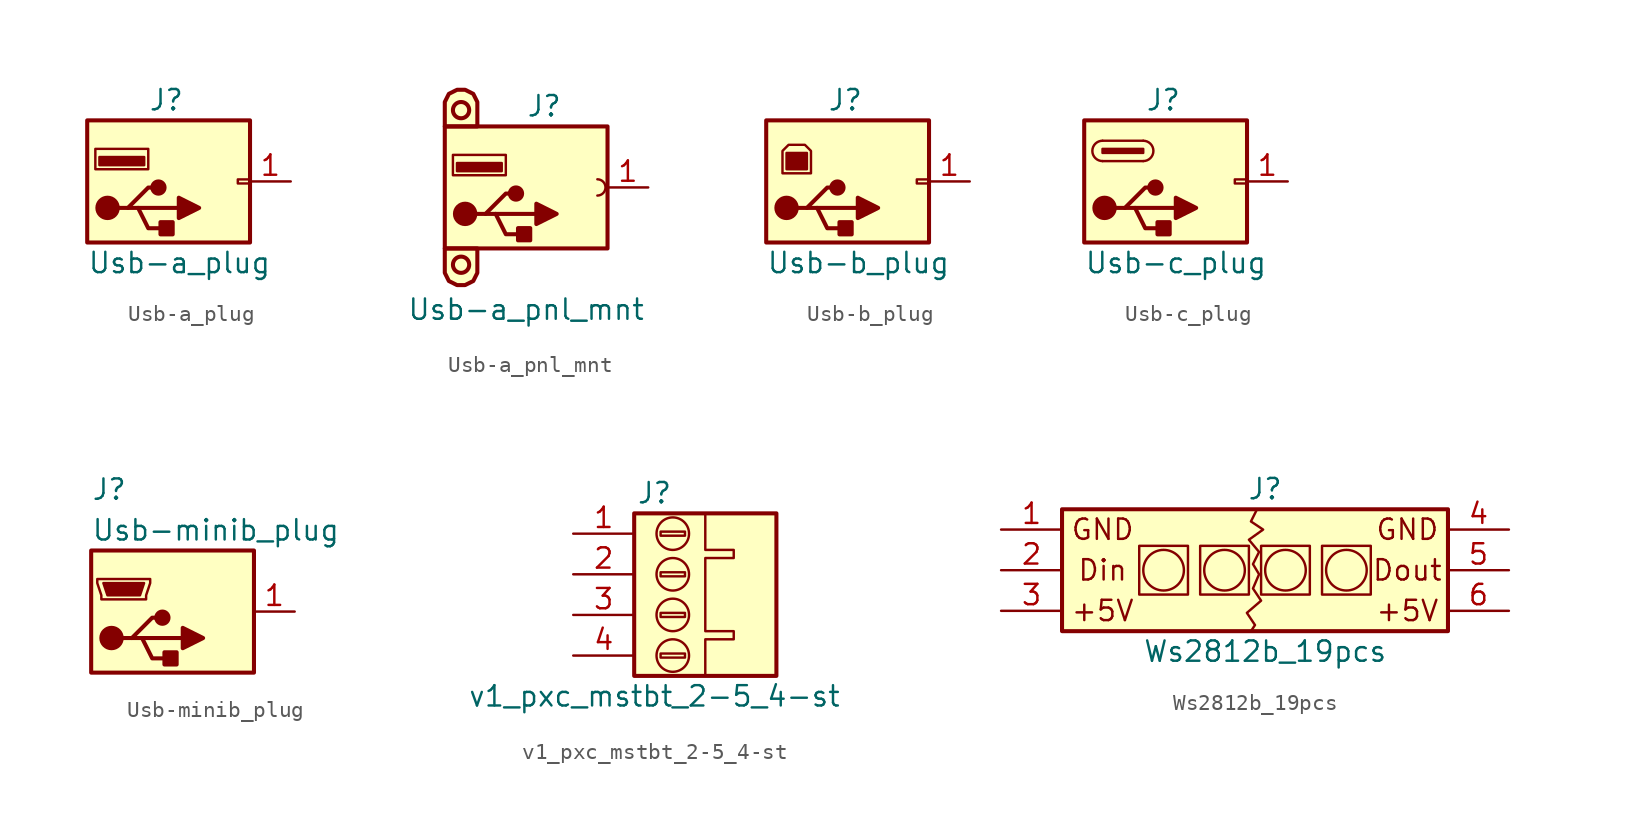
<source format=kicad_sym>
(kicad_symbol_lib
  (version 20211014)
  (generator kicad_symbol_editor)
  (symbol "Usb-a_plug"
    (pin_names
      (offset 1.016) hide)
    (property "Reference" "J"
      (at -6.35 5.08 0)
      (effects (font (size 1.27 1.27)) (justify left)))
    (property "Value" "Usb-a_plug"
      (at -10.16 -5.08 0)
      (effects (font (size 1.27 1.27)) (justify left)))
    (symbol "Usb-a_plug_0_1"
      (rectangle (start -10.16 -3.81) (end 0 3.81) (stroke (width 0.254) (type default) (color 0 0 0 0)) (fill (type background)))
      (circle (center -8.89 -1.651) (radius 0.635) (stroke (width 0.254) (type default) (color 0 0 0 0)) (fill (type outline)))
      (rectangle (start -6.604 1.016) (end -9.398 1.524) (stroke (width 0) (type default) (color 0 0 0 0)) (fill (type outline)))
      (rectangle (start -6.35 0.762) (end -9.652 2.032) (stroke (width 0) (type default) (color 0 0 0 0)) (fill (type none)))
      (circle (center -5.715 -0.381) (radius 0.381) (stroke (width 0.254) (type default) (color 0 0 0 0)) (fill (type outline)))
      (rectangle (start -4.826 -2.54) (end -5.588 -3.302) (stroke (width 0.254) (type default) (color 0 0 0 0)) (fill (type outline)))
      (rectangle (start 0 -0.127) (end -0.762 0.127) (stroke (width 0) (type default) (color 0 0 0 0)) (fill (type none)))
      (polyline (pts (xy -8.255 -1.651) (xy -7.62 -1.651) (xy -6.35 -0.381) (xy -5.715 -0.381)) (stroke (width 0.254) (type default) (color 0 0 0 0)) (fill (type none)))
      (polyline (pts (xy -7.62 -1.651) (xy -6.985 -1.651) (xy -6.35 -2.921) (xy -5.08 -2.921)) (stroke (width 0.254) (type default) (color 0 0 0 0)) (fill (type none)))
      (polyline (pts (xy -4.445 -1.016) (xy -4.445 -2.286) (xy -3.175 -1.651) (xy -4.445 -1.016)) (stroke (width 0.254) (type default) (color 0 0 0 0)) (fill (type outline))))
    (symbol "Usb-a_plug_1_1"
      (polyline (pts (xy -6.985 -1.651) (xy -4.445 -1.651)) (stroke (width 0.254) (type default) (color 0 0 0 0)) (fill (type none)))
      (pin passive line (at 2.54 0 180) (length 2.54) (name "Pin_1" (effects (font (size 1.27 1.27)))) (number "1" (effects (font (size 1.27 1.27)))))))
  (symbol "Usb-a_pnl_mnt"
    (pin_names
      (offset 1.016) hide)
    (property "Reference" "J"
      (at -5.08 5.08 0)
      (effects (font (size 1.27 1.27)) (justify left)))
    (property "Value" "Usb-a_pnl_mnt"
      (at -5.08 -7.62 0)
      (effects (font (size 1.27 1.27))))
    (symbol "Usb-a_pnl_mnt_0_1"
      (rectangle (start -10.16 -3.81) (end 0 3.81) (stroke (width 0.254) (type default) (color 0 0 0 0)) (fill (type background)))
      (circle (center -9.144 4.826) (radius 0.508) (stroke (width 0.254) (type default) (color 0 0 0 0)) (fill (type none)))
      (circle (center -8.89 -1.651) (radius 0.635) (stroke (width 0.254) (type default) (color 0 0 0 0)) (fill (type outline)))
      (rectangle (start -6.604 1.016) (end -9.398 1.524) (stroke (width 0) (type default) (color 0 0 0 0)) (fill (type outline)))
      (rectangle (start -6.35 0.762) (end -9.652 2.032) (stroke (width 0) (type default) (color 0 0 0 0)) (fill (type none)))
      (circle (center -5.715 -0.381) (radius 0.381) (stroke (width 0.254) (type default) (color 0 0 0 0)) (fill (type outline)))
      (rectangle (start -4.826 -2.54) (end -5.588 -3.302) (stroke (width 0.254) (type default) (color 0 0 0 0)) (fill (type outline)))
      (polyline (pts (xy -8.255 -1.651) (xy -7.62 -1.651) (xy -6.35 -0.381) (xy -5.715 -0.381)) (stroke (width 0.254) (type default) (color 0 0 0 0)) (fill (type none)))
      (polyline (pts (xy -7.62 -1.651) (xy -6.985 -1.651) (xy -6.35 -2.921) (xy -5.08 -2.921)) (stroke (width 0.254) (type default) (color 0 0 0 0)) (fill (type none)))
      (polyline (pts (xy -4.445 -1.016) (xy -4.445 -2.286) (xy -3.175 -1.651) (xy -4.445 -1.016)) (stroke (width 0.254) (type default) (color 0 0 0 0)) (fill (type outline)))
      (polyline (pts (xy -8.128 3.81) (xy -8.128 5.334) (xy -8.382 5.842) (xy -8.89 6.096) (xy -9.398 6.096) (xy -9.906 5.842) (xy -10.16 5.334) (xy -10.16 3.81) (xy -8.128 3.81)) (stroke (width 0.254) (type default) (color 0 0 0 0)) (fill (type background))))
    (symbol "Usb-a_pnl_mnt_1_1"
      (circle (center -9.144 -4.826) (radius 0.508) (stroke (width 0.254) (type default) (color 0 0 0 0)) (fill (type none)))
      (arc (start -0.635 -0.508) (mid -0.127 0) (end -0.635 0.508) (stroke (width 0) (type default) (color 0 0 0 0)) (fill (type none)))
      (polyline (pts (xy -6.985 -1.651) (xy -4.445 -1.651)) (stroke (width 0.254) (type default) (color 0 0 0 0)) (fill (type none)))
      (polyline (pts (xy -10.16 -3.81) (xy -10.16 -5.334) (xy -9.906 -5.842) (xy -9.398 -6.096) (xy -8.89 -6.096) (xy -8.382 -5.842) (xy -8.128 -5.334) (xy -8.128 -3.81) (xy -10.16 -3.81)) (stroke (width 0.254) (type default) (color 0 0 0 0)) (fill (type background)))
      (pin passive line (at 2.54 0 180) (length 2.54) (name "Pin_1" (effects (font (size 1.27 1.27)))) (number "1" (effects (font (size 1.27 1.27)))))))
  (symbol "Usb-b_plug"
    (pin_names
      (offset 1.016) hide)
    (property "Reference" "J"
      (at -6.35 5.08 0)
      (effects (font (size 1.27 1.27)) (justify left)))
    (property "Value" "Usb-b_plug"
      (at -10.16 -5.08 0)
      (effects (font (size 1.27 1.27)) (justify left)))
    (symbol "Usb-b_plug_0_1"
      (rectangle (start -10.16 -3.81) (end 0 3.81) (stroke (width 0.254) (type default) (color 0 0 0 0)) (fill (type background)))
      (circle (center -8.89 -1.651) (radius 0.635) (stroke (width 0.254) (type default) (color 0 0 0 0)) (fill (type outline)))
      (rectangle (start -8.89 1.778) (end -7.62 0.762) (stroke (width 0) (type default) (color 0 0 0 0)) (fill (type outline)))
      (circle (center -5.715 -0.381) (radius 0.381) (stroke (width 0.254) (type default) (color 0 0 0 0)) (fill (type outline)))
      (rectangle (start -4.826 -2.54) (end -5.588 -3.302) (stroke (width 0.254) (type default) (color 0 0 0 0)) (fill (type outline)))
      (rectangle (start 0 -0.127) (end -0.762 0.127) (stroke (width 0) (type default) (color 0 0 0 0)) (fill (type none)))
      (polyline (pts (xy -6.985 -1.651) (xy -4.445 -1.651)) (stroke (width 0.254) (type default) (color 0 0 0 0)) (fill (type none)))
      (polyline (pts (xy -8.255 -1.651) (xy -7.62 -1.651) (xy -6.35 -0.381) (xy -5.715 -0.381)) (stroke (width 0.254) (type default) (color 0 0 0 0)) (fill (type none)))
      (polyline (pts (xy -7.62 -1.651) (xy -6.985 -1.651) (xy -6.35 -2.921) (xy -5.08 -2.921)) (stroke (width 0.254) (type default) (color 0 0 0 0)) (fill (type none)))
      (polyline (pts (xy -4.445 -1.016) (xy -4.445 -2.286) (xy -3.175 -1.651) (xy -4.445 -1.016)) (stroke (width 0.254) (type default) (color 0 0 0 0)) (fill (type outline)))
      (polyline (pts (xy -9.144 0.508) (xy -7.366 0.508) (xy -7.366 1.905) (xy -7.747 2.286) (xy -8.763 2.286) (xy -9.144 1.905) (xy -9.144 0.508)) (stroke (width 0) (type default) (color 0 0 0 0)) (fill (type none))))
    (symbol "Usb-b_plug_1_1"
      (pin passive line (at 2.54 0 180) (length 2.54) (name "Pin_1" (effects (font (size 1.27 1.27)))) (number "1" (effects (font (size 1.27 1.27)))))))
  (symbol "Usb-c_plug"
    (pin_names
      (offset 1.016) hide)
    (property "Reference" "J"
      (at -6.35 5.08 0)
      (effects (font (size 1.27 1.27)) (justify left)))
    (property "Value" "Usb-c_plug"
      (at -10.16 -5.08 0)
      (effects (font (size 1.27 1.27)) (justify left)))
    (symbol "Usb-c_plug_0_1"
      (rectangle (start -10.16 -3.81) (end 0 3.81) (stroke (width 0.254) (type default) (color 0 0 0 0)) (fill (type background)))
      (rectangle (start -9.017 1.778) (end -6.477 2.032) (stroke (width 0) (type default) (color 0 0 0 0)) (fill (type outline)))
      (arc (start -9.017 2.54) (mid -9.652 1.905) (end -9.017 1.27) (stroke (width 0) (type default) (color 0 0 0 0)) (fill (type none)))
      (circle (center -8.89 -1.651) (radius 0.635) (stroke (width 0.254) (type default) (color 0 0 0 0)) (fill (type outline)))
      (circle (center -5.715 -0.381) (radius 0.381) (stroke (width 0.254) (type default) (color 0 0 0 0)) (fill (type outline)))
      (rectangle (start -4.826 -2.54) (end -5.588 -3.302) (stroke (width 0.254) (type default) (color 0 0 0 0)) (fill (type outline)))
      (rectangle (start 0 -0.127) (end -0.762 0.127) (stroke (width 0) (type default) (color 0 0 0 0)) (fill (type none)))
      (polyline (pts (xy -9.017 2.54) (xy -6.477 2.54)) (stroke (width 0) (type default) (color 0 0 0 0)) (fill (type none)))
      (polyline (pts (xy -6.477 1.27) (xy -9.017 1.27)) (stroke (width 0) (type default) (color 0 0 0 0)) (fill (type none)))
      (polyline (pts (xy -8.255 -1.651) (xy -7.62 -1.651) (xy -6.35 -0.381) (xy -5.715 -0.381)) (stroke (width 0.254) (type default) (color 0 0 0 0)) (fill (type none)))
      (polyline (pts (xy -7.62 -1.651) (xy -6.985 -1.651) (xy -6.35 -2.921) (xy -5.08 -2.921)) (stroke (width 0.254) (type default) (color 0 0 0 0)) (fill (type none)))
      (polyline (pts (xy -4.445 -1.016) (xy -4.445 -2.286) (xy -3.175 -1.651) (xy -4.445 -1.016)) (stroke (width 0.254) (type default) (color 0 0 0 0)) (fill (type outline))))
    (symbol "Usb-c_plug_1_1"
      (arc (start -6.477 1.27) (mid -5.842 1.905) (end -6.477 2.54) (stroke (width 0) (type default) (color 0 0 0 0)) (fill (type none)))
      (polyline (pts (xy -6.985 -1.651) (xy -4.445 -1.651)) (stroke (width 0.254) (type default) (color 0 0 0 0)) (fill (type none)))
      (pin passive line (at 2.54 0 180) (length 2.54) (name "Pin_1" (effects (font (size 1.27 1.27)))) (number "1" (effects (font (size 1.27 1.27)))))))
  (symbol "Usb-minib_plug"
    (pin_names
      (offset 1.016) hide)
    (property "Reference" "J"
      (at -5.08 11.43 0)
      (effects (font (size 1.27 1.27)) (justify left)))
    (property "Value" "Usb-minib_plug"
      (at -5.08 8.89 0)
      (effects (font (size 1.27 1.27)) (justify left)))
    (symbol "Usb-minib_plug_0_1"
      (rectangle (start -5.08 0) (end 5.08 7.62) (stroke (width 0.254) (type default) (color 0 0 0 0)) (fill (type background)))
      (circle (center -3.81 2.159) (radius 0.635) (stroke (width 0.254) (type default) (color 0 0 0 0)) (fill (type outline)))
      (circle (center -0.635 3.429) (radius 0.381) (stroke (width 0.254) (type default) (color 0 0 0 0)) (fill (type outline)))
      (polyline (pts (xy -1.905 2.159) (xy 0.635 2.159)) (stroke (width 0.254) (type default) (color 0 0 0 0)) (fill (type none)))
      (polyline (pts (xy -3.175 2.159) (xy -2.54 2.159) (xy -1.27 3.429) (xy -0.635 3.429)) (stroke (width 0.254) (type default) (color 0 0 0 0)) (fill (type none)))
      (polyline (pts (xy -2.54 2.159) (xy -1.905 2.159) (xy -1.27 0.889) (xy 0 0.889)) (stroke (width 0.254) (type default) (color 0 0 0 0)) (fill (type none)))
      (polyline (pts (xy 0.635 2.794) (xy 0.635 1.524) (xy 1.905 2.159) (xy 0.635 2.794)) (stroke (width 0.254) (type default) (color 0 0 0 0)) (fill (type outline)))
      (polyline (pts (xy -4.318 5.588) (xy -1.778 5.588) (xy -2.032 4.826) (xy -4.064 4.826) (xy -4.318 5.588)) (stroke (width 0) (type default) (color 0 0 0 0)) (fill (type outline)))
      (polyline (pts (xy -4.699 5.842) (xy -4.699 5.588) (xy -4.445 4.826) (xy -4.445 4.572) (xy -1.651 4.572) (xy -1.651 4.826) (xy -1.397 5.588) (xy -1.397 5.842) (xy -4.699 5.842)) (stroke (width 0) (type default) (color 0 0 0 0)) (fill (type none)))
      (rectangle (start 0.254 1.27) (end -0.508 0.508) (stroke (width 0.254) (type default) (color 0 0 0 0)) (fill (type outline))))
    (symbol "Usb-minib_plug_1_1"
      (pin passive line (at 7.62 3.81 180) (length 2.54) (name "Pin_1" (effects (font (size 1.27 1.27)))) (number "1" (effects (font (size 1.27 1.27)))))))
  (symbol "v1_pxc_mstbt_2-5_4-st"
    (pin_names
      (offset 1.016) hide)
    (property "Reference" "J"
      (at 1.27 5.08 0)
      (effects (font (size 1.27 1.27))))
    (property "Value" "v1_pxc_mstbt_2-5_4-st"
      (at 1.27 -7.62 0)
      (effects (font (size 1.27 1.27))))
    (symbol "v1_pxc_mstbt_2-5_4-st_0_1"
      (polyline (pts (xy 1.651 -0.127) (xy 3.175 -0.127) (xy 3.175 0.127) (xy 3.048 0.127) (xy 1.651 0.127) (xy 1.651 -0.127)) (stroke (width 0) (type default) (color 0 0 0 0)) (fill (type none)))
      (polyline (pts (xy 1.651 2.413) (xy 3.175 2.413) (xy 3.175 2.667) (xy 3.048 2.667) (xy 1.651 2.667) (xy 1.651 2.413)) (stroke (width 0) (type default) (color 0 0 0 0)) (fill (type none)))
      (polyline (pts (xy 4.445 -6.35) (xy 4.445 -4.064) (xy 5.715 -4.064) (xy 6.223 -4.064) (xy 6.223 -3.556) (xy 4.445 -3.556) (xy 4.445 1.016) (xy 6.223 1.016) (xy 6.223 1.524) (xy 4.445 1.524) (xy 4.445 3.81)) (stroke (width 0) (type default) (color 0 0 0 0)) (fill (type none)))
      (circle (center 2.413 0) (radius 1.016) (stroke (width 0) (type default) (color 0 0 0 0)) (fill (type none)))
      (circle (center 2.413 2.54) (radius 1.016) (stroke (width 0) (type default) (color 0 0 0 0)) (fill (type none))))
    (symbol "v1_pxc_mstbt_2-5_4-st_1_1"
      (polyline (pts (xy 1.651 -5.207) (xy 3.175 -5.207) (xy 3.175 -4.953) (xy 3.048 -4.953) (xy 1.651 -4.953) (xy 1.651 -5.207)) (stroke (width 0) (type default) (color 0 0 0 0)) (fill (type none)))
      (polyline (pts (xy 1.651 -2.667) (xy 3.175 -2.667) (xy 3.175 -2.413) (xy 3.048 -2.413) (xy 1.651 -2.413) (xy 1.651 -2.667)) (stroke (width 0) (type default) (color 0 0 0 0)) (fill (type none)))
      (rectangle (start 0 3.81) (end 8.89 -6.35) (stroke (width 0.254) (type default) (color 0 0 0 0)) (fill (type background)))
      (circle (center 2.413 -5.08) (radius 1.016) (stroke (width 0) (type default) (color 0 0 0 0)) (fill (type none)))
      (circle (center 2.413 -2.54) (radius 1.016) (stroke (width 0) (type default) (color 0 0 0 0)) (fill (type none)))
      (pin passive line (at -3.81 2.54 0) (length 3.81) (name "Pin_1" (effects (font (size 1.27 1.27)))) (number "1" (effects (font (size 1.27 1.27)))))
      (pin passive line (at -3.81 0 0) (length 3.81) (name "Pin_2" (effects (font (size 1.27 1.27)))) (number "2" (effects (font (size 1.27 1.27)))))
      (pin passive line (at -3.81 -2.54 0) (length 3.81) (name "Pin_3" (effects (font (size 1.27 1.27)))) (number "3" (effects (font (size 1.27 1.27)))))
      (pin passive line (at -3.81 -5.08 0) (length 3.81) (name "Pin_4" (effects (font (size 1.27 1.27)))) (number "4" (effects (font (size 1.27 1.27)))))))
  (symbol "Ws2812b_19pcs"
    (pin_names
      (offset 1.016) hide)
    (property "Reference" "J"
      (at 0 5.08 0)
      (effects (font (size 1.27 1.27))))
    (property "Value" "Ws2812b_19pcs"
      (at 0 -5.08 0)
      (effects (font (size 1.27 1.27))))
    (symbol "Ws2812b_19pcs_0_0"
      (text "GND" (at 8.89 2.54 0) (effects (font (size 1.27 1.27)))))
    (symbol "Ws2812b_19pcs_1_1"
      (rectangle (start -12.7 3.81) (end 11.43 -3.81) (stroke (width 0.254) (type default) (color 0 0 0 0)) (fill (type background)))
      (rectangle (start -7.874 -1.524) (end -4.826 1.524) (stroke (width 0) (type default) (color 0 0 0 0)) (fill (type none)))
      (circle (center -6.35 0) (radius 1.27) (stroke (width 0) (type default) (color 0 0 0 0)) (fill (type none)))
      (rectangle (start -4.064 -1.524) (end -1.016 1.524) (stroke (width 0) (type default) (color 0 0 0 0)) (fill (type none)))
      (circle (center -2.54 0) (radius 1.27) (stroke (width 0) (type default) (color 0 0 0 0)) (fill (type none)))
      (rectangle (start -0.254 -1.524) (end 2.794 1.524) (stroke (width 0) (type default) (color 0 0 0 0)) (fill (type none)))
      (polyline (pts (xy -0.508 3.81) (xy -0.889 3.048) (xy -0.127 2.54) (xy -1.016 1.905) (xy -0.381 1.143) (xy -0.762 0.381) (xy -0.381 -0.254) (xy -0.762 -1.143) (xy -0.254 -1.905) (xy -1.143 -2.667) (xy -0.635 -3.429) (xy -0.889 -3.81) (xy -0.762 -3.81)) (stroke (width 0) (type default) (color 0 0 0 0)) (fill (type none)))
      (circle (center 1.27 0) (radius 1.27) (stroke (width 0) (type default) (color 0 0 0 0)) (fill (type none)))
      (rectangle (start 3.556 -1.524) (end 6.604 1.524) (stroke (width 0) (type default) (color 0 0 0 0)) (fill (type none)))
      (circle (center 5.08 0) (radius 1.27) (stroke (width 0) (type default) (color 0 0 0 0)) (fill (type none)))
      (text "+5V" (at -10.16 -2.54 0) (effects (font (size 1.27 1.27))))
      (text "+5V" (at 8.89 -2.54 0) (effects (font (size 1.27 1.27))))
      (text "Din" (at -10.16 0 0) (effects (font (size 1.27 1.27))))
      (text "Dout" (at 8.89 0 0) (effects (font (size 1.27 1.27))))
      (text "GND" (at -10.16 2.54 0) (effects (font (size 1.27 1.27))))
      (pin passive line (at -16.51 2.54 0) (length 3.81) (name "In_1" (effects (font (size 1.27 1.27)))) (number "1" (effects (font (size 1.27 1.27)))))
      (pin passive line (at -16.51 0 0) (length 3.81) (name "In_2" (effects (font (size 1.27 1.27)))) (number "2" (effects (font (size 1.27 1.27)))))
      (pin passive line (at -16.51 -2.54 0) (length 3.81) (name "In_3" (effects (font (size 1.27 1.27)))) (number "3" (effects (font (size 1.27 1.27)))))
      (pin passive line (at 15.24 2.54 180) (length 3.81) (name "Out_1" (effects (font (size 1.27 1.27)))) (number "4" (effects (font (size 1.27 1.27)))))
      (pin passive line (at 15.24 0 180) (length 3.81) (name "Out_2" (effects (font (size 1.27 1.27)))) (number "5" (effects (font (size 1.27 1.27)))))
      (pin passive line (at 15.24 -2.54 180) (length 3.81) (name "Out_3" (effects (font (size 1.27 1.27)))) (number "6" (effects (font (size 1.27 1.27))))))))
</source>
